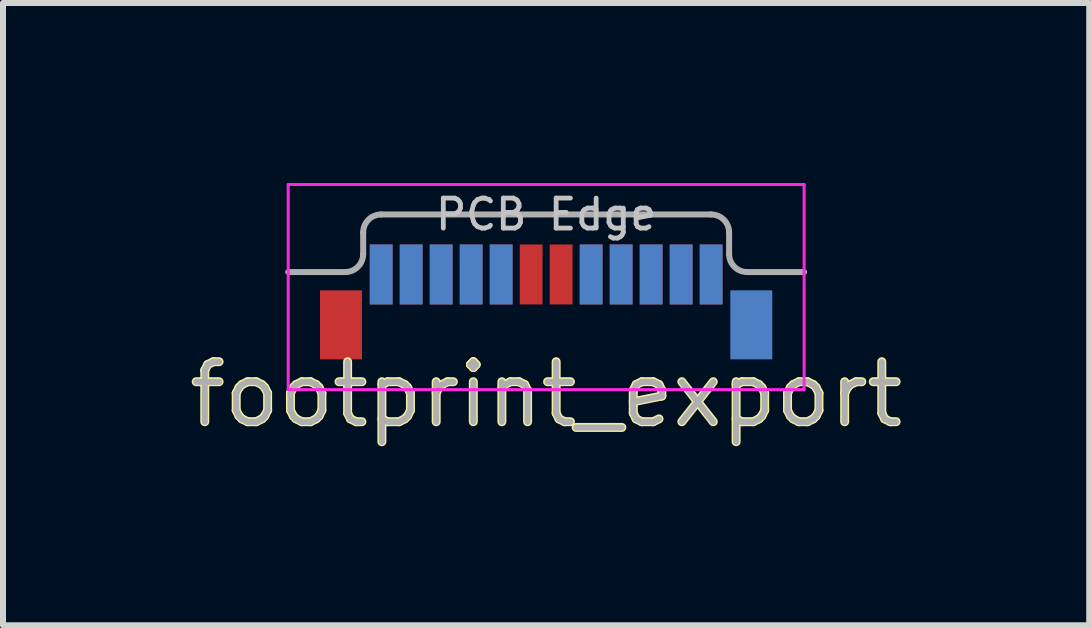
<source format=kicad_pcb>
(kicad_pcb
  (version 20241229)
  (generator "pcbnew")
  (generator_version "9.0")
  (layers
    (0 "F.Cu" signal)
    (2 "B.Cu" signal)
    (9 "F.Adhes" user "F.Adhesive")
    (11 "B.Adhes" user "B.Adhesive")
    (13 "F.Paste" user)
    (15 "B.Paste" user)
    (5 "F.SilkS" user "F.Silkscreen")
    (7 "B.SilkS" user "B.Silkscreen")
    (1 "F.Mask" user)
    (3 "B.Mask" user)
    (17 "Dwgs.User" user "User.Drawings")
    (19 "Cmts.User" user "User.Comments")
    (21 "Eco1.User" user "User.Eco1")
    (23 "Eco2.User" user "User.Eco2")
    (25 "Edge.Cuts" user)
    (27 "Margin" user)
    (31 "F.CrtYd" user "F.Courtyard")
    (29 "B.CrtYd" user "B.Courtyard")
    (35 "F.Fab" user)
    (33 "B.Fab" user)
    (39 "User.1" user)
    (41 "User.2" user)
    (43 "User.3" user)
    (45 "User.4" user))
  (footprint "footprint_export"
    (layer "F.Cu")
    (at 6.054 1.485)
    (property "Reference" "footprint_export" (at 0 2.04 0) (layer "F.SilkS") (effects (font (size 1 1) (thickness 0.15))))
    (attr smd)
    (fp_line (start -4.3 1.96) (end -4.3 -1.46) (stroke (width 0.05) (type solid)) (layer "F.CrtYd"))
    (fp_line (start 4.3 -1.46) (end -4.3 -1.46) (stroke (width 0.05) (type solid)) (layer "F.CrtYd"))
    (fp_line (start 4.3 1.96) (end -4.3 1.96) (stroke (width 0.05) (type solid)) (layer "F.CrtYd"))
    (fp_line (start 4.3 1.96) (end 4.3 -1.46) (stroke (width 0.05) (type solid)) (layer "F.CrtYd"))
    (fp_line (start -3.35 0) (end -4.3 0) (stroke (width 0.1) (type solid)) (layer "F.Fab"))
    (fp_line (start -3.05 -0.66) (end -3.05 -0.3) (stroke (width 0.1) (type solid)) (layer "F.Fab"))
    (fp_line (start -2.75 -0.96) (end 2.75 -0.96) (stroke (width 0.1) (type solid)) (layer "F.Fab"))
    (fp_line (start 3.05 -0.66) (end 3.05 -0.3) (stroke (width 0.1) (type solid)) (layer "F.Fab"))
    (fp_line (start 3.35 0) (end 4.3 0) (stroke (width 0.1) (type solid)) (layer "F.Fab"))
    (fp_arc (start -3.05 -0.66) (mid -2.962132 -0.872132) (end -2.75 -0.96) (stroke (width 0.1) (type solid)) (layer "F.Fab"))
    (fp_arc (start -3.05 -0.3) (mid -3.137868 -0.087868) (end -3.35 0) (stroke (width 0.1) (type solid)) (layer "F.Fab"))
    (fp_arc (start 2.75 -0.96) (mid 2.962132 -0.872132) (end 3.05 -0.66) (stroke (width 0.1) (type solid)) (layer "F.Fab"))
    (fp_arc (start 3.35 0) (mid 3.137868 -0.087868) (end 3.05 -0.3) (stroke (width 0.1) (type solid)) (layer "F.Fab"))
    (fp_text user "PCB Edge" (at 0 -0.96 0) (layer "Dwgs.User") (effects (font (size 0.5 0.5) (thickness 0.08))))
    (fp_text user "${REFERENCE}" (at 0 2.04 0) (layer "F.Fab") (effects (font (size 1 1) (thickness 0.1))))
    (pad "A1" smd rect (at -2.75 0.04) (size 0.38 1) (layers "F.Cu" "F.Mask" "F.Paste"))
    (pad "A2" smd rect (at -2.25 0.04) (size 0.38 1) (layers "F.Cu" "F.Mask" "F.Paste"))
    (pad "A3" smd rect (at -1.75 0.04) (size 0.38 1) (layers "F.Cu" "F.Mask" "F.Paste"))
    (pad "A4" smd rect (at -1.25 0.04) (size 0.38 1) (layers "F.Cu" "F.Mask" "F.Paste"))
    (pad "A5" smd rect (at -0.75 0.04) (size 0.38 1) (layers "F.Cu" "F.Mask" "F.Paste"))
    (pad "A6" smd rect (at -0.25 0.04) (size 0.38 1) (layers "F.Cu" "F.Mask" "F.Paste"))
    (pad "A7" smd rect (at 0.25 0.04) (size 0.38 1) (layers "F.Cu" "F.Mask" "F.Paste"))
    (pad "A8" smd rect (at 0.75 0.04) (size 0.38 1) (layers "F.Cu" "F.Mask" "F.Paste"))
    (pad "A9" smd rect (at 1.25 0.04) (size 0.38 1) (layers "F.Cu" "F.Mask" "F.Paste"))
    (pad "A10" smd rect (at 1.75 0.04) (size 0.38 1) (layers "F.Cu" "F.Mask" "F.Paste"))
    (pad "A11" smd rect (at 2.25 0.04) (size 0.38 1) (layers "F.Cu" "F.Mask" "F.Paste"))
    (pad "A12" smd rect (at 2.75 0.04) (size 0.38 1) (layers "F.Cu" "F.Mask" "F.Paste"))
    (pad "B1" smd rect (at 2.75 0.04) (size 0.38 1) (layers "B.Cu" "B.Mask" "B.Paste"))
    (pad "B2" smd rect (at 2.25 0.04) (size 0.38 1) (layers "B.Cu" "B.Mask" "B.Paste"))
    (pad "B3" smd rect (at 1.75 0.04) (size 0.38 1) (layers "B.Cu" "B.Mask" "B.Paste"))
    (pad "B4" smd rect (at 1.25 0.04) (size 0.38 1) (layers "B.Cu" "B.Mask" "B.Paste"))
    (pad "B5" smd rect (at 0.75 0.04) (size 0.38 1) (layers "B.Cu" "B.Mask" "B.Paste"))
    (pad "B8" smd rect (at -0.75 0.04) (size 0.38 1) (layers "B.Cu" "B.Mask" "B.Paste"))
    (pad "B9" smd rect (at -1.25 0.04) (size 0.38 1) (layers "B.Cu" "B.Mask" "B.Paste"))
    (pad "B10" smd rect (at -1.75 0.04) (size 0.38 1) (layers "B.Cu" "B.Mask" "B.Paste"))
    (pad "B11" smd rect (at -2.25 0.04) (size 0.38 1) (layers "B.Cu" "B.Mask" "B.Paste"))
    (pad "B12" smd rect (at -2.75 0.04) (size 0.38 1) (layers "B.Cu" "B.Mask" "B.Paste"))
    (pad "S1" smd rect (at -3.42 0.88) (size 0.7 1.15) (layers "F.Cu" "F.Mask" "F.Paste"))
    (pad "S1" smd rect (at 3.42 0.88) (size 0.7 1.15) (layers "B.Cu" "B.Mask" "B.Paste")))
  (gr_rect
    (start -3 -3)
    (end 15.107 7.373)
    (stroke (width 0.1) (type default))
    (fill no)
    (layer "Edge.Cuts")))
</source>
